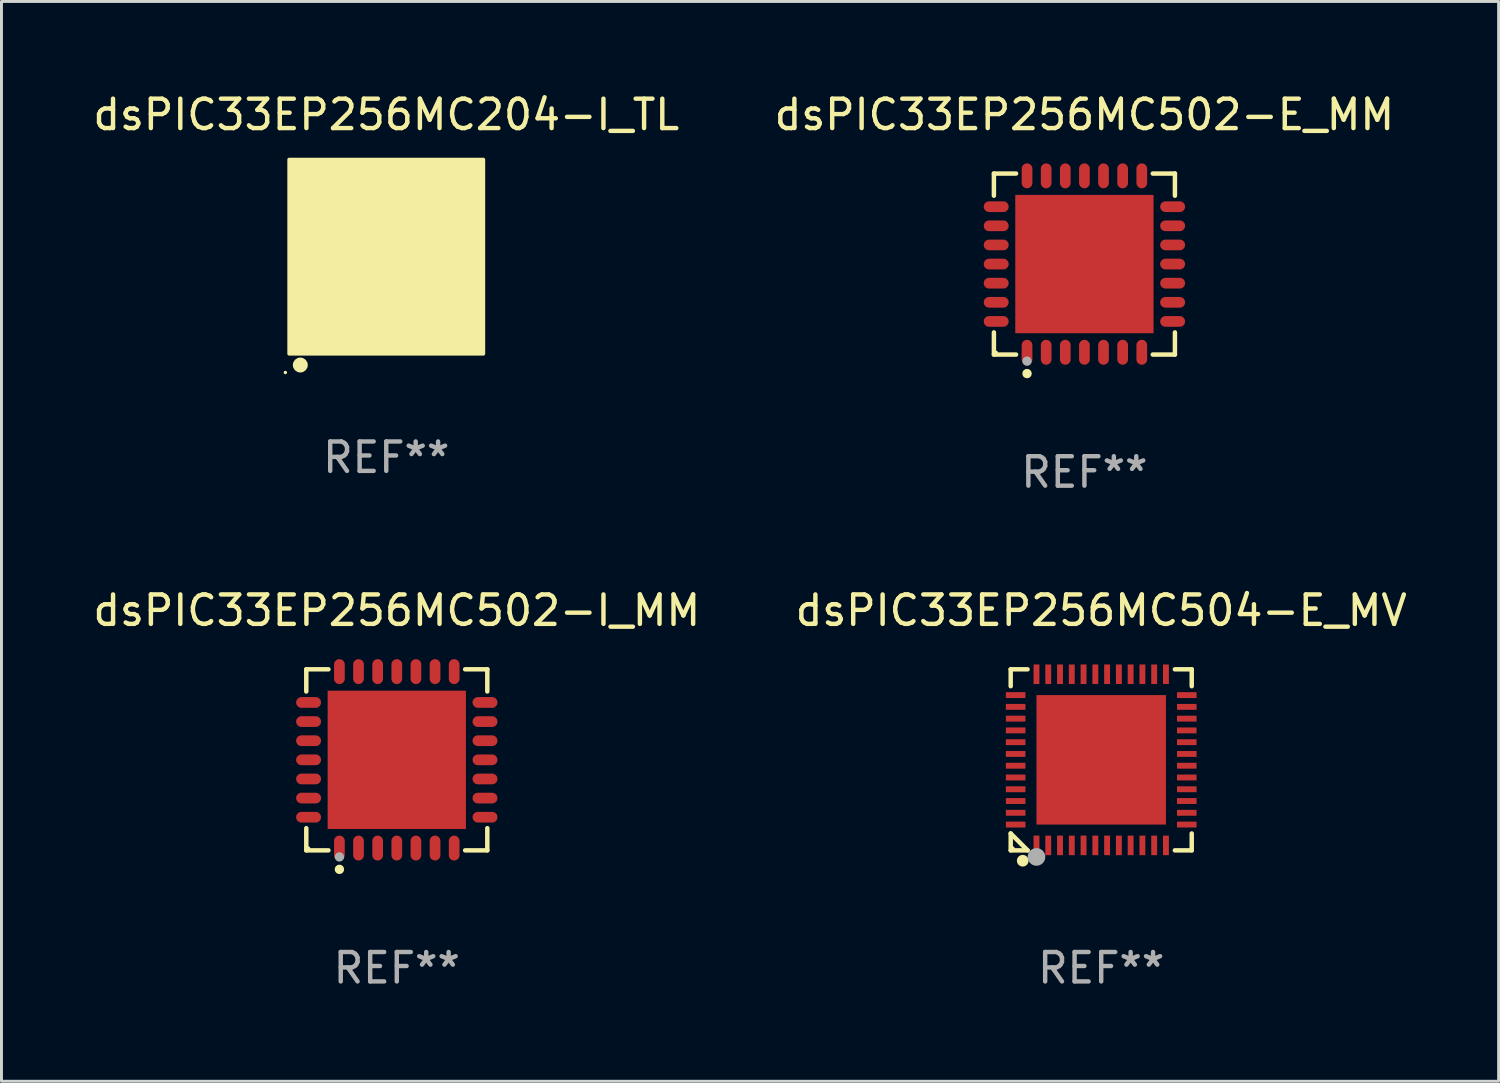
<source format=kicad_pcb>
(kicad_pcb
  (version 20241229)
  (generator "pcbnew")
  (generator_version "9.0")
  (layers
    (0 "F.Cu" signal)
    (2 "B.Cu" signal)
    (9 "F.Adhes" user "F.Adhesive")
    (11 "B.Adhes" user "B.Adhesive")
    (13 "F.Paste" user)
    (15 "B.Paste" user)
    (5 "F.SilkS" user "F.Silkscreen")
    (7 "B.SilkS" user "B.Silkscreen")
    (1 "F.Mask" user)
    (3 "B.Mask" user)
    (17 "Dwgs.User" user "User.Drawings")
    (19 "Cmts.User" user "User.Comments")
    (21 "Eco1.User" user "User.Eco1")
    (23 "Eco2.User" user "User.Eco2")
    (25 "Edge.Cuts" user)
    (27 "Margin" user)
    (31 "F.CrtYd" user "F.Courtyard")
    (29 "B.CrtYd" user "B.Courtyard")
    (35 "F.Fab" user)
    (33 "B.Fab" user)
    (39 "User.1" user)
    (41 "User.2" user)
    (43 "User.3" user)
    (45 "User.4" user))
  (footprint "dsPIC33EP256MC204-I_TL"
    (layer "F.Cu")
    (at 10.077 5.673)
    (property "Reference" "dsPIC33EP256MC204-I_TL" (at 0 -4.825 0) (layer "F.SilkS") (effects (font (size 1 1) (thickness 0.15))))
    (attr through_hole)
    (fp_circle (center -3.429 3.937) (end -3.399 3.937) (stroke (width 0.06) (type solid)) (fill no) (layer "F.SilkS"))
    (fp_circle (center -2.921 3.683) (end -2.794 3.683) (stroke (width 0.254) (type solid)) (fill no) (layer "F.SilkS"))
    (fp_poly (pts (xy -3.302 -3.302) (xy 3.302 -3.302) (xy 3.302 3.302) (xy -3.302 3.302)) (stroke (width 0.12) (type solid)) (fill yes) (layer "F.SilkS"))
    (fp_text user "REF**" (at 0 6.825 0) (layer "F.Fab") (effects (font (size 1 1) (thickness 0.15))))
    (pad "1" smd rect (at -2.25 2.825) (size 0.3 0.45) (layers "F.Cu" "F.Mask" "F.Paste"))
    (pad "2" smd rect (at -1.75 2.825) (size 0.3 0.45) (layers "F.Cu" "F.Mask" "F.Paste"))
    (pad "3" smd rect (at -1.25 2.825) (size 0.3 0.45) (layers "F.Cu" "F.Mask" "F.Paste"))
    (pad "4" smd rect (at -0.75 2.825) (size 0.3 0.45) (layers "F.Cu" "F.Mask" "F.Paste"))
    (pad "5" smd rect (at -0.25 2.825) (size 0.3 0.45) (layers "F.Cu" "F.Mask" "F.Paste"))
    (pad "6" smd rect (at 0.25 2.825) (size 0.3 0.45) (layers "F.Cu" "F.Mask" "F.Paste"))
    (pad "7" smd rect (at 0.75 2.825) (size 0.3 0.45) (layers "F.Cu" "F.Mask" "F.Paste"))
    (pad "8" smd rect (at 1.25 2.825) (size 0.3 0.45) (layers "F.Cu" "F.Mask" "F.Paste"))
    (pad "9" smd rect (at 1.75 2.825) (size 0.3 0.45) (layers "F.Cu" "F.Mask" "F.Paste"))
    (pad "10" smd rect (at 2.25 2.825) (size 0.3 0.45) (layers "F.Cu" "F.Mask" "F.Paste"))
    (pad "11" smd rect (at 2.825 2.825 90) (size 0.45 0.45) (layers "F.Cu" "F.Mask" "F.Paste"))
    (pad "12" smd rect (at 2.825 2.25 90) (size 0.3 0.45) (layers "F.Cu" "F.Mask" "F.Paste"))
    (pad "13" smd rect (at 2.825 1.75 90) (size 0.3 0.45) (layers "F.Cu" "F.Mask" "F.Paste"))
    (pad "14" smd rect (at 2.825 1.25 90) (size 0.3 0.45) (layers "F.Cu" "F.Mask" "F.Paste"))
    (pad "15" smd rect (at 2.825 0.75 90) (size 0.3 0.45) (layers "F.Cu" "F.Mask" "F.Paste"))
    (pad "16" smd rect (at 2.825 0.25 90) (size 0.3 0.45) (layers "F.Cu" "F.Mask" "F.Paste"))
    (pad "17" smd rect (at 2.825 -0.25 90) (size 0.3 0.45) (layers "F.Cu" "F.Mask" "F.Paste"))
    (pad "18" smd rect (at 2.825 -0.75 90) (size 0.3 0.45) (layers "F.Cu" "F.Mask" "F.Paste"))
    (pad "19" smd rect (at 2.825 -1.25 90) (size 0.3 0.45) (layers "F.Cu" "F.Mask" "F.Paste"))
    (pad "20" smd rect (at 2.825 -1.75 90) (size 0.3 0.45) (layers "F.Cu" "F.Mask" "F.Paste"))
    (pad "21" smd rect (at 2.825 -2.25 90) (size 0.3 0.45) (layers "F.Cu" "F.Mask" "F.Paste"))
    (pad "22" smd rect (at 2.825 -2.825 90) (size 0.45 0.45) (layers "F.Cu" "F.Mask" "F.Paste"))
    (pad "23" smd rect (at 2.25 -2.825) (size 0.3 0.45) (layers "F.Cu" "F.Mask" "F.Paste"))
    (pad "24" smd rect (at 1.75 -2.825) (size 0.3 0.45) (layers "F.Cu" "F.Mask" "F.Paste"))
    (pad "25" smd rect (at 1.25 -2.825) (size 0.3 0.45) (layers "F.Cu" "F.Mask" "F.Paste"))
    (pad "26" smd rect (at 0.75 -2.825) (size 0.3 0.45) (layers "F.Cu" "F.Mask" "F.Paste"))
    (pad "27" smd rect (at 0.25 -2.825) (size 0.3 0.45) (layers "F.Cu" "F.Mask" "F.Paste"))
    (pad "28" smd rect (at -0.25 -2.825) (size 0.3 0.45) (layers "F.Cu" "F.Mask" "F.Paste"))
    (pad "29" smd rect (at -0.75 -2.825) (size 0.3 0.45) (layers "F.Cu" "F.Mask" "F.Paste"))
    (pad "30" smd rect (at -1.25 -2.825) (size 0.3 0.45) (layers "F.Cu" "F.Mask" "F.Paste"))
    (pad "31" smd rect (at -1.75 -2.825) (size 0.3 0.45) (layers "F.Cu" "F.Mask" "F.Paste"))
    (pad "32" smd rect (at -2.25 -2.825) (size 0.3 0.45) (layers "F.Cu" "F.Mask" "F.Paste"))
    (pad "33" smd rect (at -2.825 -2.825 90) (size 0.45 0.45) (layers "F.Cu" "F.Mask" "F.Paste"))
    (pad "34" smd rect (at -2.825 -2.25 90) (size 0.3 0.45) (layers "F.Cu" "F.Mask" "F.Paste"))
    (pad "35" smd rect (at -2.825 -1.75 90) (size 0.3 0.45) (layers "F.Cu" "F.Mask" "F.Paste"))
    (pad "36" smd rect (at -2.825 -1.25 90) (size 0.3 0.45) (layers "F.Cu" "F.Mask" "F.Paste"))
    (pad "37" smd rect (at -2.825 -0.75 90) (size 0.3 0.45) (layers "F.Cu" "F.Mask" "F.Paste"))
    (pad "38" smd rect (at -2.825 -0.25 90) (size 0.3 0.45) (layers "F.Cu" "F.Mask" "F.Paste"))
    (pad "39" smd rect (at -2.825 0.25 90) (size 0.3 0.45) (layers "F.Cu" "F.Mask" "F.Paste"))
    (pad "40" smd rect (at -2.825 0.75 90) (size 0.3 0.45) (layers "F.Cu" "F.Mask" "F.Paste"))
    (pad "41" smd rect (at -2.825 1.25 90) (size 0.3 0.45) (layers "F.Cu" "F.Mask" "F.Paste"))
    (pad "42" smd rect (at -2.825 1.75 90) (size 0.3 0.45) (layers "F.Cu" "F.Mask" "F.Paste"))
    (pad "43" smd rect (at -2.825 2.25 90) (size 0.3 0.45) (layers "F.Cu" "F.Mask" "F.Paste"))
    (pad "44" smd rect (at -2.825 2.825 90) (size 0.45 0.45) (layers "F.Cu" "F.Mask" "F.Paste"))
    (pad "45" smd rect (at 0 0 90) (size 4.6 4.6) (layers "F.Cu" "F.Mask" "F.Paste")))
  (footprint "dsPIC33EP256MC502-I_MM"
    (layer "F.Cu")
    (at 10.435 22.773)
    (property "Reference" "dsPIC33EP256MC502-I_MM" (at 0 -5.076 0) (layer "F.SilkS") (effects (font (size 1 1) (thickness 0.15))))
    (attr through_hole)
    (fp_line (start -3.076 -3.076) (end -2.323 -3.076) (stroke (width 0.152) (type solid)) (layer "F.SilkS"))
    (fp_line (start -3.076 -2.323) (end -3.076 -3.076) (stroke (width 0.152) (type solid)) (layer "F.SilkS"))
    (fp_line (start -3.076 2.323) (end -3.076 3.076) (stroke (width 0.152) (type solid)) (layer "F.SilkS"))
    (fp_line (start -3.076 3.076) (end -2.323 3.076) (stroke (width 0.152) (type solid)) (layer "F.SilkS"))
    (fp_line (start 3.076 -3.076) (end 2.323 -3.076) (stroke (width 0.152) (type solid)) (layer "F.SilkS"))
    (fp_line (start 3.076 -2.323) (end 3.076 -3.076) (stroke (width 0.152) (type solid)) (layer "F.SilkS"))
    (fp_line (start 3.076 2.323) (end 3.076 3.076) (stroke (width 0.152) (type solid)) (layer "F.SilkS"))
    (fp_line (start 3.076 3.076) (end 2.323 3.076) (stroke (width 0.152) (type solid)) (layer "F.SilkS"))
    (fp_circle (center -3 3) (end -2.97 3) (stroke (width 0.06) (type solid)) (fill no) (layer "F.SilkS"))
    (fp_circle (center -1.95 3.722) (end -1.87 3.722) (stroke (width 0.16) (type solid)) (fill no) (layer "F.SilkS"))
    (fp_circle (center -1.95 3.3) (end -1.87 3.3) (stroke (width 0.16) (type solid)) (fill no) (layer "F.Fab"))
    (fp_text user "REF**" (at 0 7.076 0) (layer "F.Fab") (effects (font (size 1 1) (thickness 0.15))))
    (pad "1" smd oval (at -1.95 2.998) (size 0.364 0.847) (layers "F.Cu" "F.Mask" "F.Paste"))
    (pad "2" smd oval (at -1.3 2.998) (size 0.364 0.847) (layers "F.Cu" "F.Mask" "F.Paste"))
    (pad "3" smd oval (at -0.65 2.998) (size 0.364 0.847) (layers "F.Cu" "F.Mask" "F.Paste"))
    (pad "4" smd oval (at 0 2.998) (size 0.364 0.847) (layers "F.Cu" "F.Mask" "F.Paste"))
    (pad "5" smd oval (at 0.65 2.998) (size 0.364 0.847) (layers "F.Cu" "F.Mask" "F.Paste"))
    (pad "6" smd oval (at 1.3 2.998) (size 0.364 0.847) (layers "F.Cu" "F.Mask" "F.Paste"))
    (pad "7" smd oval (at 1.95 2.998) (size 0.364 0.847) (layers "F.Cu" "F.Mask" "F.Paste"))
    (pad "8" smd oval (at 2.998 1.95) (size 0.847 0.364) (layers "F.Cu" "F.Mask" "F.Paste"))
    (pad "9" smd oval (at 2.998 1.3) (size 0.847 0.364) (layers "F.Cu" "F.Mask" "F.Paste"))
    (pad "10" smd oval (at 2.998 0.65) (size 0.847 0.364) (layers "F.Cu" "F.Mask" "F.Paste"))
    (pad "11" smd oval (at 2.998 0) (size 0.847 0.364) (layers "F.Cu" "F.Mask" "F.Paste"))
    (pad "12" smd oval (at 2.998 -0.65) (size 0.847 0.364) (layers "F.Cu" "F.Mask" "F.Paste"))
    (pad "13" smd oval (at 2.998 -1.3) (size 0.847 0.364) (layers "F.Cu" "F.Mask" "F.Paste"))
    (pad "14" smd oval (at 2.998 -1.95) (size 0.847 0.364) (layers "F.Cu" "F.Mask" "F.Paste"))
    (pad "15" smd oval (at 1.95 -2.998) (size 0.364 0.847) (layers "F.Cu" "F.Mask" "F.Paste"))
    (pad "16" smd oval (at 1.3 -2.998) (size 0.364 0.847) (layers "F.Cu" "F.Mask" "F.Paste"))
    (pad "17" smd oval (at 0.65 -2.998) (size 0.364 0.847) (layers "F.Cu" "F.Mask" "F.Paste"))
    (pad "18" smd oval (at 0 -2.998) (size 0.364 0.847) (layers "F.Cu" "F.Mask" "F.Paste"))
    (pad "19" smd oval (at -0.65 -2.998) (size 0.364 0.847) (layers "F.Cu" "F.Mask" "F.Paste"))
    (pad "20" smd oval (at -1.3 -2.998) (size 0.364 0.847) (layers "F.Cu" "F.Mask" "F.Paste"))
    (pad "21" smd oval (at -1.95 -2.998) (size 0.364 0.847) (layers "F.Cu" "F.Mask" "F.Paste"))
    (pad "22" smd oval (at -2.998 -1.95) (size 0.847 0.364) (layers "F.Cu" "F.Mask" "F.Paste"))
    (pad "23" smd oval (at -2.998 -1.3) (size 0.847 0.364) (layers "F.Cu" "F.Mask" "F.Paste"))
    (pad "24" smd oval (at -2.998 -0.65) (size 0.847 0.364) (layers "F.Cu" "F.Mask" "F.Paste"))
    (pad "25" smd oval (at -2.998 0) (size 0.847 0.364) (layers "F.Cu" "F.Mask" "F.Paste"))
    (pad "26" smd oval (at -2.998 0.65) (size 0.847 0.364) (layers "F.Cu" "F.Mask" "F.Paste"))
    (pad "27" smd oval (at -2.998 1.3) (size 0.847 0.364) (layers "F.Cu" "F.Mask" "F.Paste"))
    (pad "28" smd oval (at -2.998 1.95) (size 0.847 0.364) (layers "F.Cu" "F.Mask" "F.Paste"))
    (pad "29" smd rect (at 0 0) (size 4.7 4.7) (layers "F.Cu" "F.Mask" "F.Paste")))
  (footprint "dsPIC33EP256MC504-E_MV"
    (layer "F.Cu")
    (at 34.375 22.773)
    (property "Reference" "dsPIC33EP256MC504-E_MV" (at 0 -5.076 0) (layer "F.SilkS") (effects (font (size 1 1) (thickness 0.15))))
    (attr through_hole)
    (fp_line (start -3.076 -3.076) (end -2.503 -3.076) (stroke (width 0.152) (type solid)) (layer "F.SilkS"))
    (fp_line (start -3.076 -2.503) (end -3.076 -3.076) (stroke (width 0.152) (type solid)) (layer "F.SilkS"))
    (fp_line (start -3.076 2.503) (end -3.076 3.076) (stroke (width 0.152) (type solid)) (layer "F.SilkS"))
    (fp_line (start -3.076 2.503) (end -2.503 3.076) (stroke (width 0.152) (type solid)) (layer "F.SilkS"))
    (fp_line (start -3.076 3.076) (end -2.503 3.076) (stroke (width 0.152) (type solid)) (layer "F.SilkS"))
    (fp_line (start 3.076 -3.076) (end 2.503 -3.076) (stroke (width 0.152) (type solid)) (layer "F.SilkS"))
    (fp_line (start 3.076 -2.503) (end 3.076 -3.076) (stroke (width 0.152) (type solid)) (layer "F.SilkS"))
    (fp_line (start 3.076 2.503) (end 3.076 3.076) (stroke (width 0.152) (type solid)) (layer "F.SilkS"))
    (fp_line (start 3.076 3.076) (end 2.503 3.076) (stroke (width 0.152) (type solid)) (layer "F.SilkS"))
    (fp_circle (center -3 3) (end -2.97 3) (stroke (width 0.06) (type solid)) (fill no) (layer "F.SilkS"))
    (fp_circle (center -2.667 3.429) (end -2.567 3.429) (stroke (width 0.2) (type solid)) (fill no) (layer "F.SilkS"))
    (fp_circle (center -2.2 3.3) (end -2.05 3.3) (stroke (width 0.3) (type solid)) (fill no) (layer "F.Fab"))
    (fp_text user "REF**" (at 0 7.076 0) (layer "F.Fab") (effects (font (size 1 1) (thickness 0.15))))
    (pad "1" smd rect (at -2.2 2.908) (size 0.2 0.665) (layers "F.Cu" "F.Mask" "F.Paste"))
    (pad "2" smd rect (at -1.8 2.908) (size 0.2 0.665) (layers "F.Cu" "F.Mask" "F.Paste"))
    (pad "3" smd rect (at -1.4 2.908) (size 0.2 0.665) (layers "F.Cu" "F.Mask" "F.Paste"))
    (pad "4" smd rect (at -1 2.908) (size 0.2 0.665) (layers "F.Cu" "F.Mask" "F.Paste"))
    (pad "5" smd rect (at -0.6 2.908) (size 0.2 0.665) (layers "F.Cu" "F.Mask" "F.Paste"))
    (pad "6" smd rect (at -0.2 2.908) (size 0.2 0.665) (layers "F.Cu" "F.Mask" "F.Paste"))
    (pad "7" smd rect (at 0.2 2.908) (size 0.2 0.665) (layers "F.Cu" "F.Mask" "F.Paste"))
    (pad "8" smd rect (at 0.6 2.908) (size 0.2 0.665) (layers "F.Cu" "F.Mask" "F.Paste"))
    (pad "9" smd rect (at 1 2.908) (size 0.2 0.665) (layers "F.Cu" "F.Mask" "F.Paste"))
    (pad "10" smd rect (at 1.4 2.908) (size 0.2 0.665) (layers "F.Cu" "F.Mask" "F.Paste"))
    (pad "11" smd rect (at 1.8 2.908) (size 0.2 0.665) (layers "F.Cu" "F.Mask" "F.Paste"))
    (pad "12" smd rect (at 2.2 2.908) (size 0.2 0.665) (layers "F.Cu" "F.Mask" "F.Paste"))
    (pad "13" smd rect (at 2.908 2.2) (size 0.665 0.2) (layers "F.Cu" "F.Mask" "F.Paste"))
    (pad "14" smd rect (at 2.908 1.8) (size 0.665 0.2) (layers "F.Cu" "F.Mask" "F.Paste"))
    (pad "15" smd rect (at 2.908 1.4) (size 0.665 0.2) (layers "F.Cu" "F.Mask" "F.Paste"))
    (pad "16" smd rect (at 2.908 1) (size 0.665 0.2) (layers "F.Cu" "F.Mask" "F.Paste"))
    (pad "17" smd rect (at 2.908 0.6) (size 0.665 0.2) (layers "F.Cu" "F.Mask" "F.Paste"))
    (pad "18" smd rect (at 2.908 0.2) (size 0.665 0.2) (layers "F.Cu" "F.Mask" "F.Paste"))
    (pad "19" smd rect (at 2.908 -0.2) (size 0.665 0.2) (layers "F.Cu" "F.Mask" "F.Paste"))
    (pad "20" smd rect (at 2.908 -0.6) (size 0.665 0.2) (layers "F.Cu" "F.Mask" "F.Paste"))
    (pad "21" smd rect (at 2.908 -1) (size 0.665 0.2) (layers "F.Cu" "F.Mask" "F.Paste"))
    (pad "22" smd rect (at 2.908 -1.4) (size 0.665 0.2) (layers "F.Cu" "F.Mask" "F.Paste"))
    (pad "23" smd rect (at 2.908 -1.8) (size 0.665 0.2) (layers "F.Cu" "F.Mask" "F.Paste"))
    (pad "24" smd rect (at 2.908 -2.2) (size 0.665 0.2) (layers "F.Cu" "F.Mask" "F.Paste"))
    (pad "25" smd rect (at 2.2 -2.908) (size 0.2 0.665) (layers "F.Cu" "F.Mask" "F.Paste"))
    (pad "26" smd rect (at 1.8 -2.908) (size 0.2 0.665) (layers "F.Cu" "F.Mask" "F.Paste"))
    (pad "27" smd rect (at 1.4 -2.908) (size 0.2 0.665) (layers "F.Cu" "F.Mask" "F.Paste"))
    (pad "28" smd rect (at 1 -2.908) (size 0.2 0.665) (layers "F.Cu" "F.Mask" "F.Paste"))
    (pad "29" smd rect (at 0.6 -2.908) (size 0.2 0.665) (layers "F.Cu" "F.Mask" "F.Paste"))
    (pad "30" smd rect (at 0.2 -2.908) (size 0.2 0.665) (layers "F.Cu" "F.Mask" "F.Paste"))
    (pad "31" smd rect (at -0.2 -2.908) (size 0.2 0.665) (layers "F.Cu" "F.Mask" "F.Paste"))
    (pad "32" smd rect (at -0.6 -2.908) (size 0.2 0.665) (layers "F.Cu" "F.Mask" "F.Paste"))
    (pad "33" smd rect (at -1 -2.908) (size 0.2 0.665) (layers "F.Cu" "F.Mask" "F.Paste"))
    (pad "34" smd rect (at -1.4 -2.908) (size 0.2 0.665) (layers "F.Cu" "F.Mask" "F.Paste"))
    (pad "35" smd rect (at -1.8 -2.908) (size 0.2 0.665) (layers "F.Cu" "F.Mask" "F.Paste"))
    (pad "36" smd rect (at -2.2 -2.908) (size 0.2 0.665) (layers "F.Cu" "F.Mask" "F.Paste"))
    (pad "37" smd rect (at -2.908 -2.2) (size 0.665 0.2) (layers "F.Cu" "F.Mask" "F.Paste"))
    (pad "38" smd rect (at -2.908 -1.8) (size 0.665 0.2) (layers "F.Cu" "F.Mask" "F.Paste"))
    (pad "39" smd rect (at -2.908 -1.4) (size 0.665 0.2) (layers "F.Cu" "F.Mask" "F.Paste"))
    (pad "40" smd rect (at -2.908 -1) (size 0.665 0.2) (layers "F.Cu" "F.Mask" "F.Paste"))
    (pad "41" smd rect (at -2.908 -0.6) (size 0.665 0.2) (layers "F.Cu" "F.Mask" "F.Paste"))
    (pad "42" smd rect (at -2.908 -0.2) (size 0.665 0.2) (layers "F.Cu" "F.Mask" "F.Paste"))
    (pad "43" smd rect (at -2.908 0.2) (size 0.665 0.2) (layers "F.Cu" "F.Mask" "F.Paste"))
    (pad "44" smd rect (at -2.908 0.6) (size 0.665 0.2) (layers "F.Cu" "F.Mask" "F.Paste"))
    (pad "45" smd rect (at -2.908 1) (size 0.665 0.2) (layers "F.Cu" "F.Mask" "F.Paste"))
    (pad "46" smd rect (at -2.908 1.4) (size 0.665 0.2) (layers "F.Cu" "F.Mask" "F.Paste"))
    (pad "47" smd rect (at -2.908 1.8) (size 0.665 0.2) (layers "F.Cu" "F.Mask" "F.Paste"))
    (pad "48" smd rect (at -2.908 2.2) (size 0.665 0.2) (layers "F.Cu" "F.Mask" "F.Paste"))
    (pad "49" smd rect (at 0 0) (size 4.4 4.4) (layers "F.Cu" "F.Mask" "F.Paste")))
  (footprint "dsPIC33EP256MC502-E_MM"
    (layer "F.Cu")
    (at 33.804 5.924)
    (property "Reference" "dsPIC33EP256MC502-E_MM" (at 0 -5.076 0) (layer "F.SilkS") (effects (font (size 1 1) (thickness 0.15))))
    (attr through_hole)
    (fp_line (start -3.076 -3.076) (end -2.323 -3.076) (stroke (width 0.152) (type solid)) (layer "F.SilkS"))
    (fp_line (start -3.076 -2.323) (end -3.076 -3.076) (stroke (width 0.152) (type solid)) (layer "F.SilkS"))
    (fp_line (start -3.076 2.323) (end -3.076 3.076) (stroke (width 0.152) (type solid)) (layer "F.SilkS"))
    (fp_line (start -3.076 3.076) (end -2.323 3.076) (stroke (width 0.152) (type solid)) (layer "F.SilkS"))
    (fp_line (start 3.076 -3.076) (end 2.323 -3.076) (stroke (width 0.152) (type solid)) (layer "F.SilkS"))
    (fp_line (start 3.076 -2.323) (end 3.076 -3.076) (stroke (width 0.152) (type solid)) (layer "F.SilkS"))
    (fp_line (start 3.076 2.323) (end 3.076 3.076) (stroke (width 0.152) (type solid)) (layer "F.SilkS"))
    (fp_line (start 3.076 3.076) (end 2.323 3.076) (stroke (width 0.152) (type solid)) (layer "F.SilkS"))
    (fp_circle (center -3 3) (end -2.97 3) (stroke (width 0.06) (type solid)) (fill no) (layer "F.SilkS"))
    (fp_circle (center -1.95 3.722) (end -1.87 3.722) (stroke (width 0.16) (type solid)) (fill no) (layer "F.SilkS"))
    (fp_circle (center -1.95 3.3) (end -1.87 3.3) (stroke (width 0.16) (type solid)) (fill no) (layer "F.Fab"))
    (fp_text user "REF**" (at 0 7.076 0) (layer "F.Fab") (effects (font (size 1 1) (thickness 0.15))))
    (pad "1" smd oval (at -1.95 2.998) (size 0.364 0.847) (layers "F.Cu" "F.Mask" "F.Paste"))
    (pad "2" smd oval (at -1.3 2.998) (size 0.364 0.847) (layers "F.Cu" "F.Mask" "F.Paste"))
    (pad "3" smd oval (at -0.65 2.998) (size 0.364 0.847) (layers "F.Cu" "F.Mask" "F.Paste"))
    (pad "4" smd oval (at 0 2.998) (size 0.364 0.847) (layers "F.Cu" "F.Mask" "F.Paste"))
    (pad "5" smd oval (at 0.65 2.998) (size 0.364 0.847) (layers "F.Cu" "F.Mask" "F.Paste"))
    (pad "6" smd oval (at 1.3 2.998) (size 0.364 0.847) (layers "F.Cu" "F.Mask" "F.Paste"))
    (pad "7" smd oval (at 1.95 2.998) (size 0.364 0.847) (layers "F.Cu" "F.Mask" "F.Paste"))
    (pad "8" smd oval (at 2.998 1.95) (size 0.847 0.364) (layers "F.Cu" "F.Mask" "F.Paste"))
    (pad "9" smd oval (at 2.998 1.3) (size 0.847 0.364) (layers "F.Cu" "F.Mask" "F.Paste"))
    (pad "10" smd oval (at 2.998 0.65) (size 0.847 0.364) (layers "F.Cu" "F.Mask" "F.Paste"))
    (pad "11" smd oval (at 2.998 0) (size 0.847 0.364) (layers "F.Cu" "F.Mask" "F.Paste"))
    (pad "12" smd oval (at 2.998 -0.65) (size 0.847 0.364) (layers "F.Cu" "F.Mask" "F.Paste"))
    (pad "13" smd oval (at 2.998 -1.3) (size 0.847 0.364) (layers "F.Cu" "F.Mask" "F.Paste"))
    (pad "14" smd oval (at 2.998 -1.95) (size 0.847 0.364) (layers "F.Cu" "F.Mask" "F.Paste"))
    (pad "15" smd oval (at 1.95 -2.998) (size 0.364 0.847) (layers "F.Cu" "F.Mask" "F.Paste"))
    (pad "16" smd oval (at 1.3 -2.998) (size 0.364 0.847) (layers "F.Cu" "F.Mask" "F.Paste"))
    (pad "17" smd oval (at 0.65 -2.998) (size 0.364 0.847) (layers "F.Cu" "F.Mask" "F.Paste"))
    (pad "18" smd oval (at 0 -2.998) (size 0.364 0.847) (layers "F.Cu" "F.Mask" "F.Paste"))
    (pad "19" smd oval (at -0.65 -2.998) (size 0.364 0.847) (layers "F.Cu" "F.Mask" "F.Paste"))
    (pad "20" smd oval (at -1.3 -2.998) (size 0.364 0.847) (layers "F.Cu" "F.Mask" "F.Paste"))
    (pad "21" smd oval (at -1.95 -2.998) (size 0.364 0.847) (layers "F.Cu" "F.Mask" "F.Paste"))
    (pad "22" smd oval (at -2.998 -1.95) (size 0.847 0.364) (layers "F.Cu" "F.Mask" "F.Paste"))
    (pad "23" smd oval (at -2.998 -1.3) (size 0.847 0.364) (layers "F.Cu" "F.Mask" "F.Paste"))
    (pad "24" smd oval (at -2.998 -0.65) (size 0.847 0.364) (layers "F.Cu" "F.Mask" "F.Paste"))
    (pad "25" smd oval (at -2.998 0) (size 0.847 0.364) (layers "F.Cu" "F.Mask" "F.Paste"))
    (pad "26" smd oval (at -2.998 0.65) (size 0.847 0.364) (layers "F.Cu" "F.Mask" "F.Paste"))
    (pad "27" smd oval (at -2.998 1.3) (size 0.847 0.364) (layers "F.Cu" "F.Mask" "F.Paste"))
    (pad "28" smd oval (at -2.998 1.95) (size 0.847 0.364) (layers "F.Cu" "F.Mask" "F.Paste"))
    (pad "29" smd rect (at 0 0) (size 4.7 4.7) (layers "F.Cu" "F.Mask" "F.Paste")))
  (gr_rect
    (start -3 -3)
    (end 47.881 33.698)
    (stroke (width 0.1) (type default))
    (fill no)
    (layer "Edge.Cuts")))
</source>
